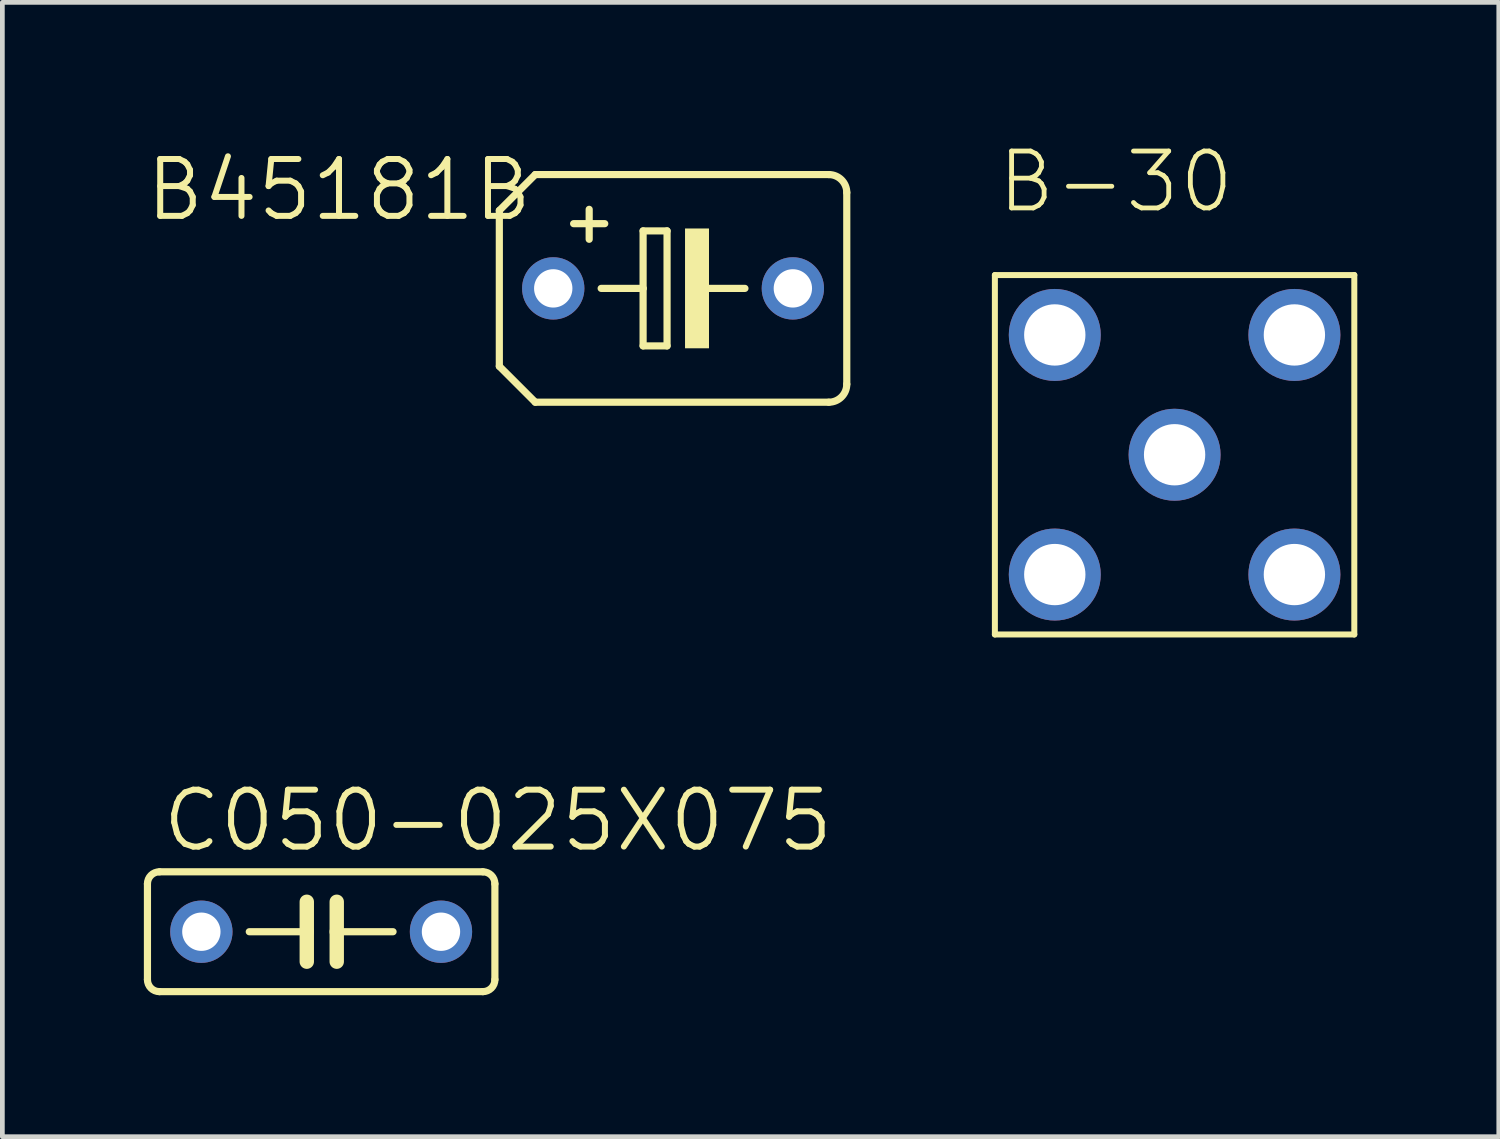
<source format=kicad_pcb>
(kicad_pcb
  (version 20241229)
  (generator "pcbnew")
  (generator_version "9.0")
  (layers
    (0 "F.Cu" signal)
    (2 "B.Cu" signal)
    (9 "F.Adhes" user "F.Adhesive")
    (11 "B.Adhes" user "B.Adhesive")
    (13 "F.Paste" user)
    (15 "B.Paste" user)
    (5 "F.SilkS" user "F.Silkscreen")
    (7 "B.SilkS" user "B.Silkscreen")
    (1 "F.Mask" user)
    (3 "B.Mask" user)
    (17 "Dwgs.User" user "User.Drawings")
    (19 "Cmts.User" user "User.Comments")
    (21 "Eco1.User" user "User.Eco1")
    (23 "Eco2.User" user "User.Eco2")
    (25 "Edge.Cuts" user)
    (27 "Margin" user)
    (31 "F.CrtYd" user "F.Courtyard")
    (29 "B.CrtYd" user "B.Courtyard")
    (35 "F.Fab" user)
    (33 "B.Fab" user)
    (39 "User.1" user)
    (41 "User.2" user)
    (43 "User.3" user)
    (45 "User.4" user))
  (footprint "C050-025X075"
    (layer "F.Cu")
    (at 3.759 16.703)
    (property "Reference" "C050-025X075" (at -3.429 -1.651 0) (layer "F.SilkS") (effects (font (size 1.206 1.206) (thickness 0.127)) (justify left bottom)))
    (attr through_hole)
    (fp_line (start -3.683 -1.016) (end -3.683 1.016) (stroke (width 0.152) (type solid)) (layer "F.SilkS"))
    (fp_line (start -3.429 1.27) (end 3.429 1.27) (stroke (width 0.152) (type solid)) (layer "F.SilkS"))
    (fp_line (start -0.305 -0.635) (end -0.305 0) (stroke (width 0.305) (type solid)) (layer "F.SilkS"))
    (fp_line (start -0.305 0) (end -1.524 0) (stroke (width 0.152) (type solid)) (layer "F.SilkS"))
    (fp_line (start -0.305 0) (end -0.305 0.635) (stroke (width 0.305) (type solid)) (layer "F.SilkS"))
    (fp_line (start 0.33 -0.635) (end 0.33 0) (stroke (width 0.305) (type solid)) (layer "F.SilkS"))
    (fp_line (start 0.33 0) (end 0.33 0.635) (stroke (width 0.305) (type solid)) (layer "F.SilkS"))
    (fp_line (start 0.33 0) (end 1.524 0) (stroke (width 0.152) (type solid)) (layer "F.SilkS"))
    (fp_line (start 3.429 -1.27) (end -3.429 -1.27) (stroke (width 0.152) (type solid)) (layer "F.SilkS"))
    (fp_line (start 3.683 1.016) (end 3.683 -1.016) (stroke (width 0.152) (type solid)) (layer "F.SilkS"))
    (fp_arc (start -3.683 -1.016) (mid -3.608605 -1.195605) (end -3.429 -1.27) (stroke (width 0.1524) (type solid)) (layer "F.SilkS"))
    (fp_arc (start -3.429 1.27) (mid -3.608605 1.195605) (end -3.683 1.016) (stroke (width 0.1524) (type solid)) (layer "F.SilkS"))
    (fp_arc (start 3.429 -1.27) (mid 3.608605 -1.195605) (end 3.683 -1.016) (stroke (width 0.1524) (type solid)) (layer "F.SilkS"))
    (fp_arc (start 3.683 1.016) (mid 3.608605 1.195605) (end 3.429 1.27) (stroke (width 0.1524) (type solid)) (layer "F.SilkS"))
    (pad "1" thru_hole circle (at -2.54 0) (size 1.321 1.321) (drill 0.813) (layers "*.Cu" "*.Mask"))
    (pad "2" thru_hole circle (at 2.54 0) (size 1.321 1.321) (drill 0.813) (layers "*.Cu" "*.Mask")))
  (footprint "B-30"
    (layer "F.Cu")
    (at 21.852 6.591)
    (property "Reference" "B-30" (at -3.81 -5.08 0) (layer "F.SilkS") (effects (font (size 1.206 1.206) (thickness 0.102)) (justify left bottom)))
    (attr through_hole)
    (fp_line (start -3.81 -3.81) (end 3.81 -3.81) (stroke (width 0.127) (type solid)) (layer "F.SilkS"))
    (fp_line (start -3.81 3.81) (end -3.81 -3.81) (stroke (width 0.127) (type solid)) (layer "F.SilkS"))
    (fp_line (start 3.81 -3.81) (end 3.81 3.81) (stroke (width 0.127) (type solid)) (layer "F.SilkS"))
    (fp_line (start 3.81 3.81) (end -3.81 3.81) (stroke (width 0.127) (type solid)) (layer "F.SilkS"))
    (pad "P$1" thru_hole circle (at 0 0) (size 1.95 1.95) (drill 1.3) (layers "*.Cu" "*.Mask"))
    (pad "P$2" thru_hole circle (at -2.54 -2.54) (size 1.95 1.95) (drill 1.3) (layers "*.Cu" "*.Mask"))
    (pad "P$3" thru_hole circle (at -2.54 2.54) (size 1.95 1.95) (drill 1.3) (layers "*.Cu" "*.Mask"))
    (pad "P$4" thru_hole circle (at 2.54 2.54) (size 1.95 1.95) (drill 1.3) (layers "*.Cu" "*.Mask"))
    (pad "P$5" thru_hole circle (at 2.54 -2.54) (size 1.95 1.95) (drill 1.3) (layers "*.Cu" "*.Mask")))
  (footprint "B45181B"
    (layer "F.Cu")
    (at 11.219 3.064)
    (property "Reference" "B45181B" (at -2.921 -2.794 0) (layer "F.SilkS") (effects (font (size 1.206 1.206) (thickness 0.127)) (justify right top)))
    (attr through_hole)
    (fp_line (start -3.683 -1.651) (end -3.683 1.651) (stroke (width 0.152) (type solid)) (layer "F.SilkS"))
    (fp_line (start -3.683 -1.651) (end -2.921 -2.413) (stroke (width 0.152) (type solid)) (layer "F.SilkS"))
    (fp_line (start -2.921 2.413) (end -3.683 1.651) (stroke (width 0.152) (type solid)) (layer "F.SilkS"))
    (fp_line (start -2.921 2.413) (end 3.302 2.413) (stroke (width 0.152) (type solid)) (layer "F.SilkS"))
    (fp_line (start -1.778 -1.676) (end -1.778 -1.041) (stroke (width 0.152) (type solid)) (layer "F.SilkS"))
    (fp_line (start -1.524 0) (end -0.635 0) (stroke (width 0.152) (type solid)) (layer "F.SilkS"))
    (fp_line (start -1.448 -1.372) (end -2.108 -1.372) (stroke (width 0.152) (type solid)) (layer "F.SilkS"))
    (fp_line (start -0.635 -1.219) (end -0.635 0) (stroke (width 0.152) (type solid)) (layer "F.SilkS"))
    (fp_line (start -0.635 0) (end -0.635 1.219) (stroke (width 0.152) (type solid)) (layer "F.SilkS"))
    (fp_line (start -0.635 1.219) (end -0.127 1.219) (stroke (width 0.152) (type solid)) (layer "F.SilkS"))
    (fp_line (start -0.127 -1.219) (end -0.635 -1.219) (stroke (width 0.152) (type solid)) (layer "F.SilkS"))
    (fp_line (start -0.127 1.219) (end -0.127 -1.219) (stroke (width 0.152) (type solid)) (layer "F.SilkS"))
    (fp_line (start 0.635 0) (end 1.524 0) (stroke (width 0.152) (type solid)) (layer "F.SilkS"))
    (fp_line (start 3.302 -2.413) (end -2.921 -2.413) (stroke (width 0.152) (type solid)) (layer "F.SilkS"))
    (fp_line (start 3.683 -2.032) (end 3.683 2.032) (stroke (width 0.152) (type solid)) (layer "F.SilkS"))
    (fp_arc (start 3.302 -2.413) (mid 3.571408 -2.301408) (end 3.683 -2.032) (stroke (width 0.1524) (type solid)) (layer "F.SilkS"))
    (fp_arc (start 3.683 2.032) (mid 3.571408 2.301408) (end 3.302 2.413) (stroke (width 0.1524) (type solid)) (layer "F.SilkS"))
    (fp_poly (pts (xy 0.254 1.27) (xy 0.762 1.27) (xy 0.762 -1.27) (xy 0.254 -1.27)) (stroke (width 0) (type solid)) (fill yes) (layer "F.SilkS"))
    (pad "+" thru_hole circle (at -2.54 0) (size 1.321 1.321) (drill 0.813) (layers "*.Cu" "*.Mask"))
    (pad "-" thru_hole circle (at 2.54 0) (size 1.321 1.321) (drill 0.813) (layers "*.Cu" "*.Mask")))
  (gr_rect
    (start -3 -3)
    (end 28.725 21.049)
    (stroke (width 0.1) (type default))
    (fill no)
    (layer "Edge.Cuts")))
</source>
